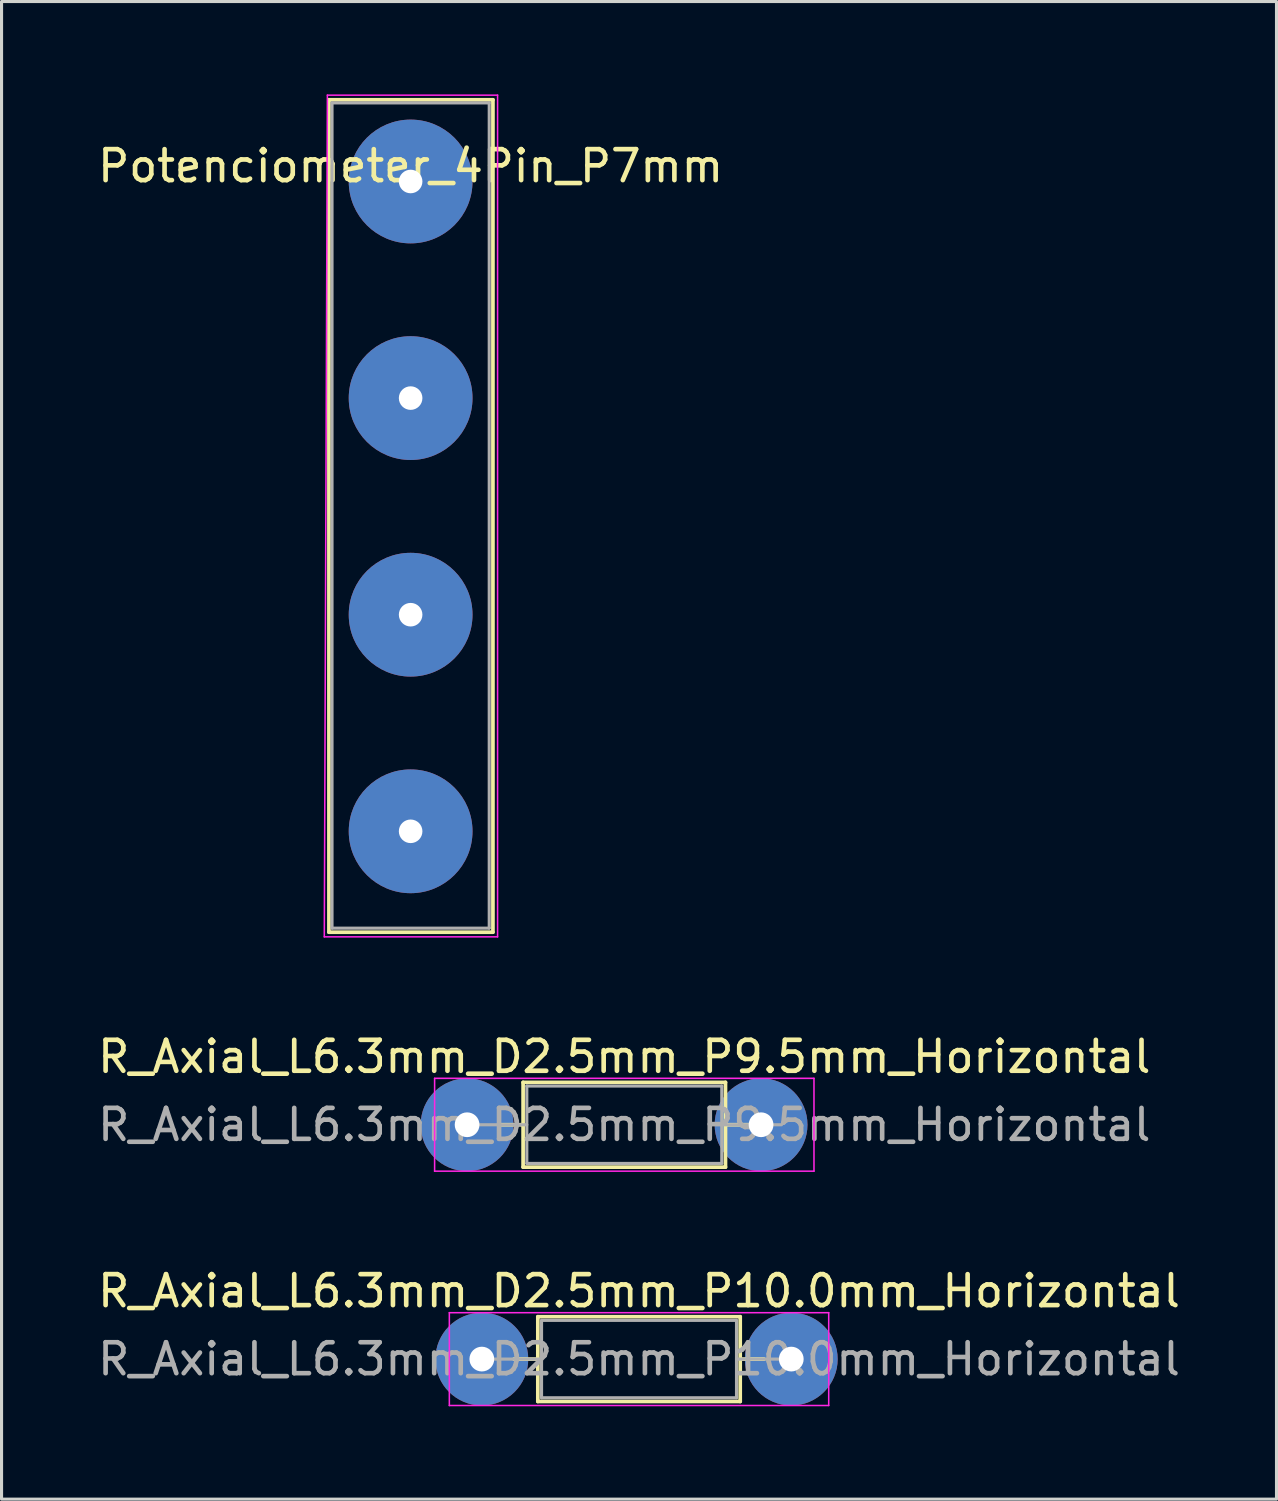
<source format=kicad_pcb>
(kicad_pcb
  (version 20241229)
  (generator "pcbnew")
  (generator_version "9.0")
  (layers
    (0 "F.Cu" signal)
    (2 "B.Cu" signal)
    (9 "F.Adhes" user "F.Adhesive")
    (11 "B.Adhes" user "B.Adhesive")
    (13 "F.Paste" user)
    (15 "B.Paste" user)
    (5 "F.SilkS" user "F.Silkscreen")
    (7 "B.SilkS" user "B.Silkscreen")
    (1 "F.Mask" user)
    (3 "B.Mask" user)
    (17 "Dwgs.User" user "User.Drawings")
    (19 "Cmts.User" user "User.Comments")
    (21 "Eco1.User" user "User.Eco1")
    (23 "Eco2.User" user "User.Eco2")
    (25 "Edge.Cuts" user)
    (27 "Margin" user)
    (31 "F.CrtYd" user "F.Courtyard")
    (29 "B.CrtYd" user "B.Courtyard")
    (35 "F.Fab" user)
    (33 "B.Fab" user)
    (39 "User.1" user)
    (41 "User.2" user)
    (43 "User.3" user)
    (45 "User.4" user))
  (footprint "R_Axial_L6.3mm_D2.5mm_P10.0mm_Horizontal"
    (layer "F.Cu")
    (at 12.521 40.871)
    (property "Reference" "R_Axial_L6.3mm_D2.5mm_P10.0mm_Horizontal" (at 5.08 -2.2 0) (layer "F.SilkS") (effects (font (size 1 1) (thickness 0.15))))
    (attr through_hole)
    (fp_line (start 1.04 0) (end 1.81 0) (stroke (width 0.12) (type solid)) (layer "F.SilkS"))
    (fp_line (start 1.81 -1.37) (end 1.81 1.37) (stroke (width 0.12) (type solid)) (layer "F.SilkS"))
    (fp_line (start 1.81 1.37) (end 8.35 1.37) (stroke (width 0.12) (type solid)) (layer "F.SilkS"))
    (fp_line (start 8.35 -1.37) (end 1.81 -1.37) (stroke (width 0.12) (type solid)) (layer "F.SilkS"))
    (fp_line (start 8.35 1.37) (end 8.35 -1.37) (stroke (width 0.12) (type solid)) (layer "F.SilkS"))
    (fp_line (start 9.12 0) (end 8.35 0) (stroke (width 0.12) (type solid)) (layer "F.SilkS"))
    (fp_line (start -1.05 -1.5) (end -1.05 1.5) (stroke (width 0.05) (type solid)) (layer "F.CrtYd"))
    (fp_line (start -1.05 1.5) (end 11.21 1.5) (stroke (width 0.05) (type solid)) (layer "F.CrtYd"))
    (fp_line (start 11.21 -1.5) (end -1.05 -1.5) (stroke (width 0.05) (type solid)) (layer "F.CrtYd"))
    (fp_line (start 11.21 1.5) (end 11.21 -1.5) (stroke (width 0.05) (type solid)) (layer "F.CrtYd"))
    (fp_line (start 0 0) (end 1.93 0) (stroke (width 0.1) (type solid)) (layer "F.Fab"))
    (fp_line (start 1.93 -1.25) (end 1.93 1.25) (stroke (width 0.1) (type solid)) (layer "F.Fab"))
    (fp_line (start 1.93 1.25) (end 8.23 1.25) (stroke (width 0.1) (type solid)) (layer "F.Fab"))
    (fp_line (start 8.23 -1.25) (end 1.93 -1.25) (stroke (width 0.1) (type solid)) (layer "F.Fab"))
    (fp_line (start 8.23 1.25) (end 8.23 -1.25) (stroke (width 0.1) (type solid)) (layer "F.Fab"))
    (fp_line (start 10.16 0) (end 8.23 0) (stroke (width 0.1) (type solid)) (layer "F.Fab"))
    (fp_text user "${REFERENCE}" (at 5.08 0 0) (layer "F.Fab") (effects (font (size 1 1) (thickness 0.15))))
    (pad "1" thru_hole circle (at 0 0) (size 3 3) (drill 0.8) (layers "*.Cu" "*.Mask"))
    (pad "2" thru_hole circle (at 10 0) (size 3 3) (drill 0.8) (layers "*.Cu" "*.Mask")))
  (footprint "Potenciometer_4Pin_P7mm"
    (layer "F.Cu")
    (at 10.22 2.815)
    (property "Reference" "Potenciometer_4Pin_P7mm" (at 0 -0.5 0) (unlocked yes) (layer "F.SilkS") (effects (font (size 1 1) (thickness 0.15))))
    (attr through_hole)
    (fp_line (start -2.64 -2.64) (end 2.66 -2.64) (stroke (width 0.12) (type default)) (layer "F.SilkS"))
    (fp_line (start -2.64 24.26) (end -2.64 -2.64) (stroke (width 0.12) (type default)) (layer "F.SilkS"))
    (fp_line (start 2.66 -2.64) (end 2.66 24.26) (stroke (width 0.12) (type default)) (layer "F.SilkS"))
    (fp_line (start 2.66 24.26) (end -2.64 24.26) (stroke (width 0.12) (type default)) (layer "F.SilkS"))
    (fp_line (start -2.79 24.41) (end -2.69 -2.79) (stroke (width 0.05) (type default)) (layer "F.CrtYd"))
    (fp_line (start -2.69 -2.79) (end 2.81 -2.79) (stroke (width 0.05) (type default)) (layer "F.CrtYd"))
    (fp_line (start 2.81 -2.79) (end 2.81 24.41) (stroke (width 0.05) (type default)) (layer "F.CrtYd"))
    (fp_line (start 2.81 24.41) (end -2.79 24.41) (stroke (width 0.05) (type default)) (layer "F.CrtYd"))
    (fp_line (start -2.54 -2.54) (end 2.54 -2.54) (stroke (width 0.1) (type default)) (layer "F.Fab"))
    (fp_line (start -2.54 24.13) (end -2.54 -2.54) (stroke (width 0.1) (type default)) (layer "F.Fab"))
    (fp_line (start 2.54 -2.54) (end 2.54 24.13) (stroke (width 0.1) (type default)) (layer "F.Fab"))
    (fp_line (start 2.54 24.13) (end -2.54 24.13) (stroke (width 0.1) (type default)) (layer "F.Fab"))
    (pad "1" thru_hole circle (at 0 0) (size 4 4) (drill 0.762) (layers "*.Cu" "*.Mask"))
    (pad "2" thru_hole circle (at 0 7) (size 4 4) (drill 0.762) (layers "*.Cu" "*.Mask"))
    (pad "3" thru_hole circle (at 0 14) (size 4 4) (drill 0.762) (layers "*.Cu" "*.Mask"))
    (pad "4" thru_hole circle (at 0 21) (size 4 4) (drill 0.762) (layers "*.Cu" "*.Mask")))
  (footprint "R_Axial_L6.3mm_D2.5mm_P9.5mm_Horizontal"
    (layer "F.Cu")
    (at 12.045 33.298)
    (property "Reference" "R_Axial_L6.3mm_D2.5mm_P9.5mm_Horizontal" (at 5.08 -2.2 0) (layer "F.SilkS") (effects (font (size 1 1) (thickness 0.15))))
    (attr through_hole)
    (fp_line (start 1.04 0) (end 1.81 0) (stroke (width 0.12) (type solid)) (layer "F.SilkS"))
    (fp_line (start 1.81 -1.37) (end 1.81 1.37) (stroke (width 0.12) (type solid)) (layer "F.SilkS"))
    (fp_line (start 1.81 1.37) (end 8.35 1.37) (stroke (width 0.12) (type solid)) (layer "F.SilkS"))
    (fp_line (start 8.35 -1.37) (end 1.81 -1.37) (stroke (width 0.12) (type solid)) (layer "F.SilkS"))
    (fp_line (start 8.35 1.37) (end 8.35 -1.37) (stroke (width 0.12) (type solid)) (layer "F.SilkS"))
    (fp_line (start 9.12 0) (end 8.35 0) (stroke (width 0.12) (type solid)) (layer "F.SilkS"))
    (fp_line (start -1.05 -1.5) (end -1.05 1.5) (stroke (width 0.05) (type solid)) (layer "F.CrtYd"))
    (fp_line (start -1.05 1.5) (end 11.21 1.5) (stroke (width 0.05) (type solid)) (layer "F.CrtYd"))
    (fp_line (start 11.21 -1.5) (end -1.05 -1.5) (stroke (width 0.05) (type solid)) (layer "F.CrtYd"))
    (fp_line (start 11.21 1.5) (end 11.21 -1.5) (stroke (width 0.05) (type solid)) (layer "F.CrtYd"))
    (fp_line (start 0 0) (end 1.93 0) (stroke (width 0.1) (type solid)) (layer "F.Fab"))
    (fp_line (start 1.93 -1.25) (end 1.93 1.25) (stroke (width 0.1) (type solid)) (layer "F.Fab"))
    (fp_line (start 1.93 1.25) (end 8.23 1.25) (stroke (width 0.1) (type solid)) (layer "F.Fab"))
    (fp_line (start 8.23 -1.25) (end 1.93 -1.25) (stroke (width 0.1) (type solid)) (layer "F.Fab"))
    (fp_line (start 8.23 1.25) (end 8.23 -1.25) (stroke (width 0.1) (type solid)) (layer "F.Fab"))
    (fp_line (start 10.16 0) (end 8.23 0) (stroke (width 0.1) (type solid)) (layer "F.Fab"))
    (fp_text user "${REFERENCE}" (at 5.08 0 0) (layer "F.Fab") (effects (font (size 1 1) (thickness 0.15))))
    (pad "1" thru_hole circle (at 0 0) (size 3 3) (drill 0.8) (layers "*.Cu" "*.Mask"))
    (pad "2" thru_hole circle (at 9.5 0) (size 3 3) (drill 0.8) (layers "*.Cu" "*.Mask")))
  (gr_rect
    (start -3 -3)
    (end 38.202 45.397)
    (stroke (width 0.1) (type default))
    (fill no)
    (layer "Edge.Cuts")))
</source>
